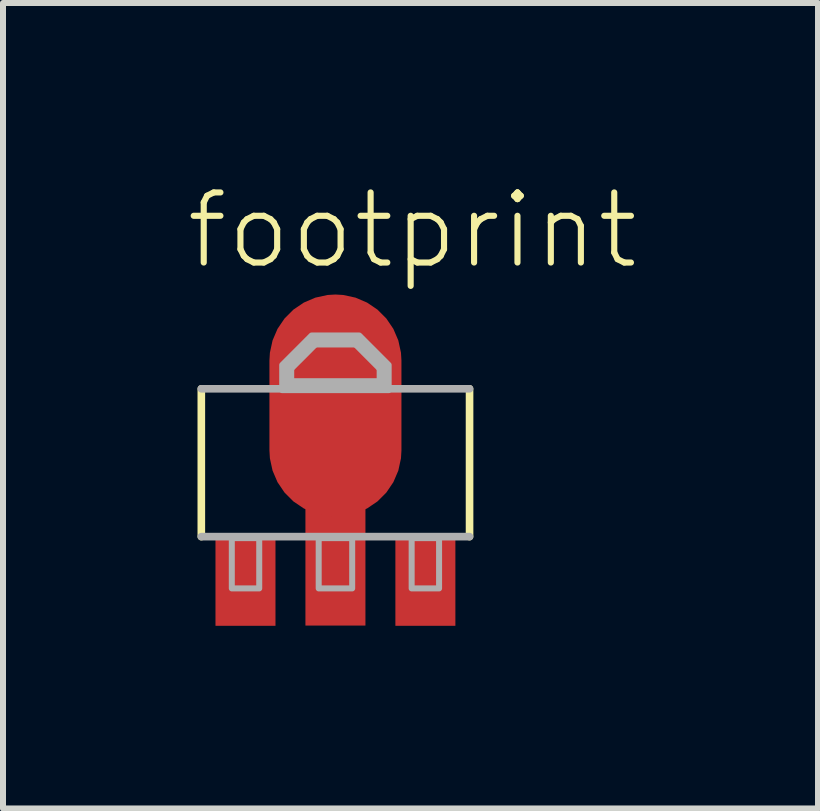
<source format=kicad_pcb>
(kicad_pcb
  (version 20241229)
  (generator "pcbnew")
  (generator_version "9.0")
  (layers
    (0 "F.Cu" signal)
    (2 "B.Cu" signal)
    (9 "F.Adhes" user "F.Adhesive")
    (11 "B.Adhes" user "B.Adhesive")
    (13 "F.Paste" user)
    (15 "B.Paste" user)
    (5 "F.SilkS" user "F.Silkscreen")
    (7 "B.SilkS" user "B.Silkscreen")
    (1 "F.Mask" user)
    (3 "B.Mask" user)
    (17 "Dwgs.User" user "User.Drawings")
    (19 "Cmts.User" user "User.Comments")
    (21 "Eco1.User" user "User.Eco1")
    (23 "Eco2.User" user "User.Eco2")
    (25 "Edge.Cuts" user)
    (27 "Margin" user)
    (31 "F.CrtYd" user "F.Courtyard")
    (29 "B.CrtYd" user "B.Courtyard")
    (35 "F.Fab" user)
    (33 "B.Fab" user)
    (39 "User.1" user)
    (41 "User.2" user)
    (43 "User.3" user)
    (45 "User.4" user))
  (footprint "footprint"
    (layer "F.Cu")
    (at 2.54 4.648)
    (property "Reference" "footprint" (at -2.54 -3.175 0) (layer "F.SilkS") (effects (font (size 1.168 1.168) (thickness 0.102)) (justify left bottom)))
    (fp_poly (pts (xy -2.025 2.775) (xy -0.975 2.775) (xy -0.975 1.2) (xy -2.025 1.2)) (stroke (width 0) (type solid)) (fill yes) (layer "F.Mask"))
    (fp_poly (pts (xy -0.525 2.775) (xy 0.525 2.775) (xy 0.525 1.2) (xy -0.525 1.2)) (stroke (width 0) (type solid)) (fill yes) (layer "F.Mask"))
    (fp_poly (pts (xy 0.975 2.775) (xy 2.025 2.775) (xy 2.025 1.2) (xy 0.975 1.2)) (stroke (width 0) (type solid)) (fill yes) (layer "F.Mask"))
    (fp_line (start -2.235 1.245) (end -2.235 -1.219) (stroke (width 0.127) (type solid)) (layer "F.SilkS"))
    (fp_line (start 2.235 -1.219) (end 2.235 1.245) (stroke (width 0.127) (type solid)) (layer "F.SilkS"))
    (fp_poly (pts (xy -1.9 2.68) (xy -1.1 2.68) (xy -1.1 1.28) (xy -1.9 1.28)) (stroke (width 0) (type solid)) (fill yes) (layer "F.Paste"))
    (fp_poly (pts (xy -0.9 0) (xy 0.9 0) (xy 0.9 -2.2) (xy -0.9 -2.2)) (stroke (width 0) (type solid)) (fill yes) (layer "F.Paste"))
    (fp_poly (pts (xy -0.4 2.68) (xy 0.4 2.68) (xy 0.4 1.28) (xy -0.4 1.28)) (stroke (width 0) (type solid)) (fill yes) (layer "F.Paste"))
    (fp_poly (pts (xy 1.1 2.68) (xy 1.9 2.68) (xy 1.9 1.28) (xy 1.1 1.28)) (stroke (width 0) (type solid)) (fill yes) (layer "F.Paste"))
    (fp_line (start -2.235 -1.219) (end 2.235 -1.219) (stroke (width 0.127) (type solid)) (layer "F.Fab"))
    (fp_line (start -0.787 -1.575) (end -0.356 -2.007) (stroke (width 0.2) (type solid)) (layer "F.Fab"))
    (fp_line (start -0.787 -1.295) (end -0.787 -1.575) (stroke (width 0.2) (type solid)) (layer "F.Fab"))
    (fp_line (start -0.356 -2.007) (end 0.356 -2.007) (stroke (width 0.2) (type solid)) (layer "F.Fab"))
    (fp_line (start 0.356 -2.007) (end 0.787 -1.575) (stroke (width 0.2) (type solid)) (layer "F.Fab"))
    (fp_line (start 0.787 -1.575) (end 0.787 -1.295) (stroke (width 0.2) (type solid)) (layer "F.Fab"))
    (fp_line (start 0.787 -1.295) (end -0.787 -1.295) (stroke (width 0.2) (type solid)) (layer "F.Fab"))
    (fp_line (start 2.235 1.245) (end -2.235 1.245) (stroke (width 0.127) (type solid)) (layer "F.Fab"))
    (fp_poly (pts (xy -1.727 2.108) (xy -1.27 2.108) (xy -1.27 1.27) (xy -1.727 1.27)) (stroke (width 0.1) (type solid)) (fill no) (layer "F.Fab"))
    (fp_poly (pts (xy -0.279 2.108) (xy 0.279 2.108) (xy 0.279 1.27) (xy -0.279 1.27)) (stroke (width 0.1) (type solid)) (fill no) (layer "F.Fab"))
    (fp_poly (pts (xy 1.27 2.108) (xy 1.727 2.108) (xy 1.727 1.27) (xy 1.27 1.27)) (stroke (width 0.1) (type solid)) (fill no) (layer "F.Fab"))
    (fp_poly (pts (xy 0.887 -1.616) (xy 0.887 -1.196) (xy -0.887 -1.196) (xy -0.887 -1.616) (xy -0.397 -2.107) (xy 0.397 -2.107)) (stroke (width 0.1) (type solid)) (fill no) (layer "F.Fab"))
    (pad "1" smd rect (at -1.499 1.981) (size 1 1.5) (layers "F.Cu"))
    (pad "2" smd rect (at 0 1.727) (size 1 2) (layers "F.Cu"))
    (pad "2@1" smd roundrect (at 0 -0.94) (size 2.2 3.7) (layers "F.Cu" "F.Mask") (roundrect_rratio 0.5))
    (pad "3" smd rect (at 1.499 1.981) (size 1 1.5) (layers "F.Cu")))
  (gr_rect
    (start -3 -3)
    (end 10.582 10.423)
    (stroke (width 0.1) (type default))
    (fill no)
    (layer "Edge.Cuts")))
</source>
